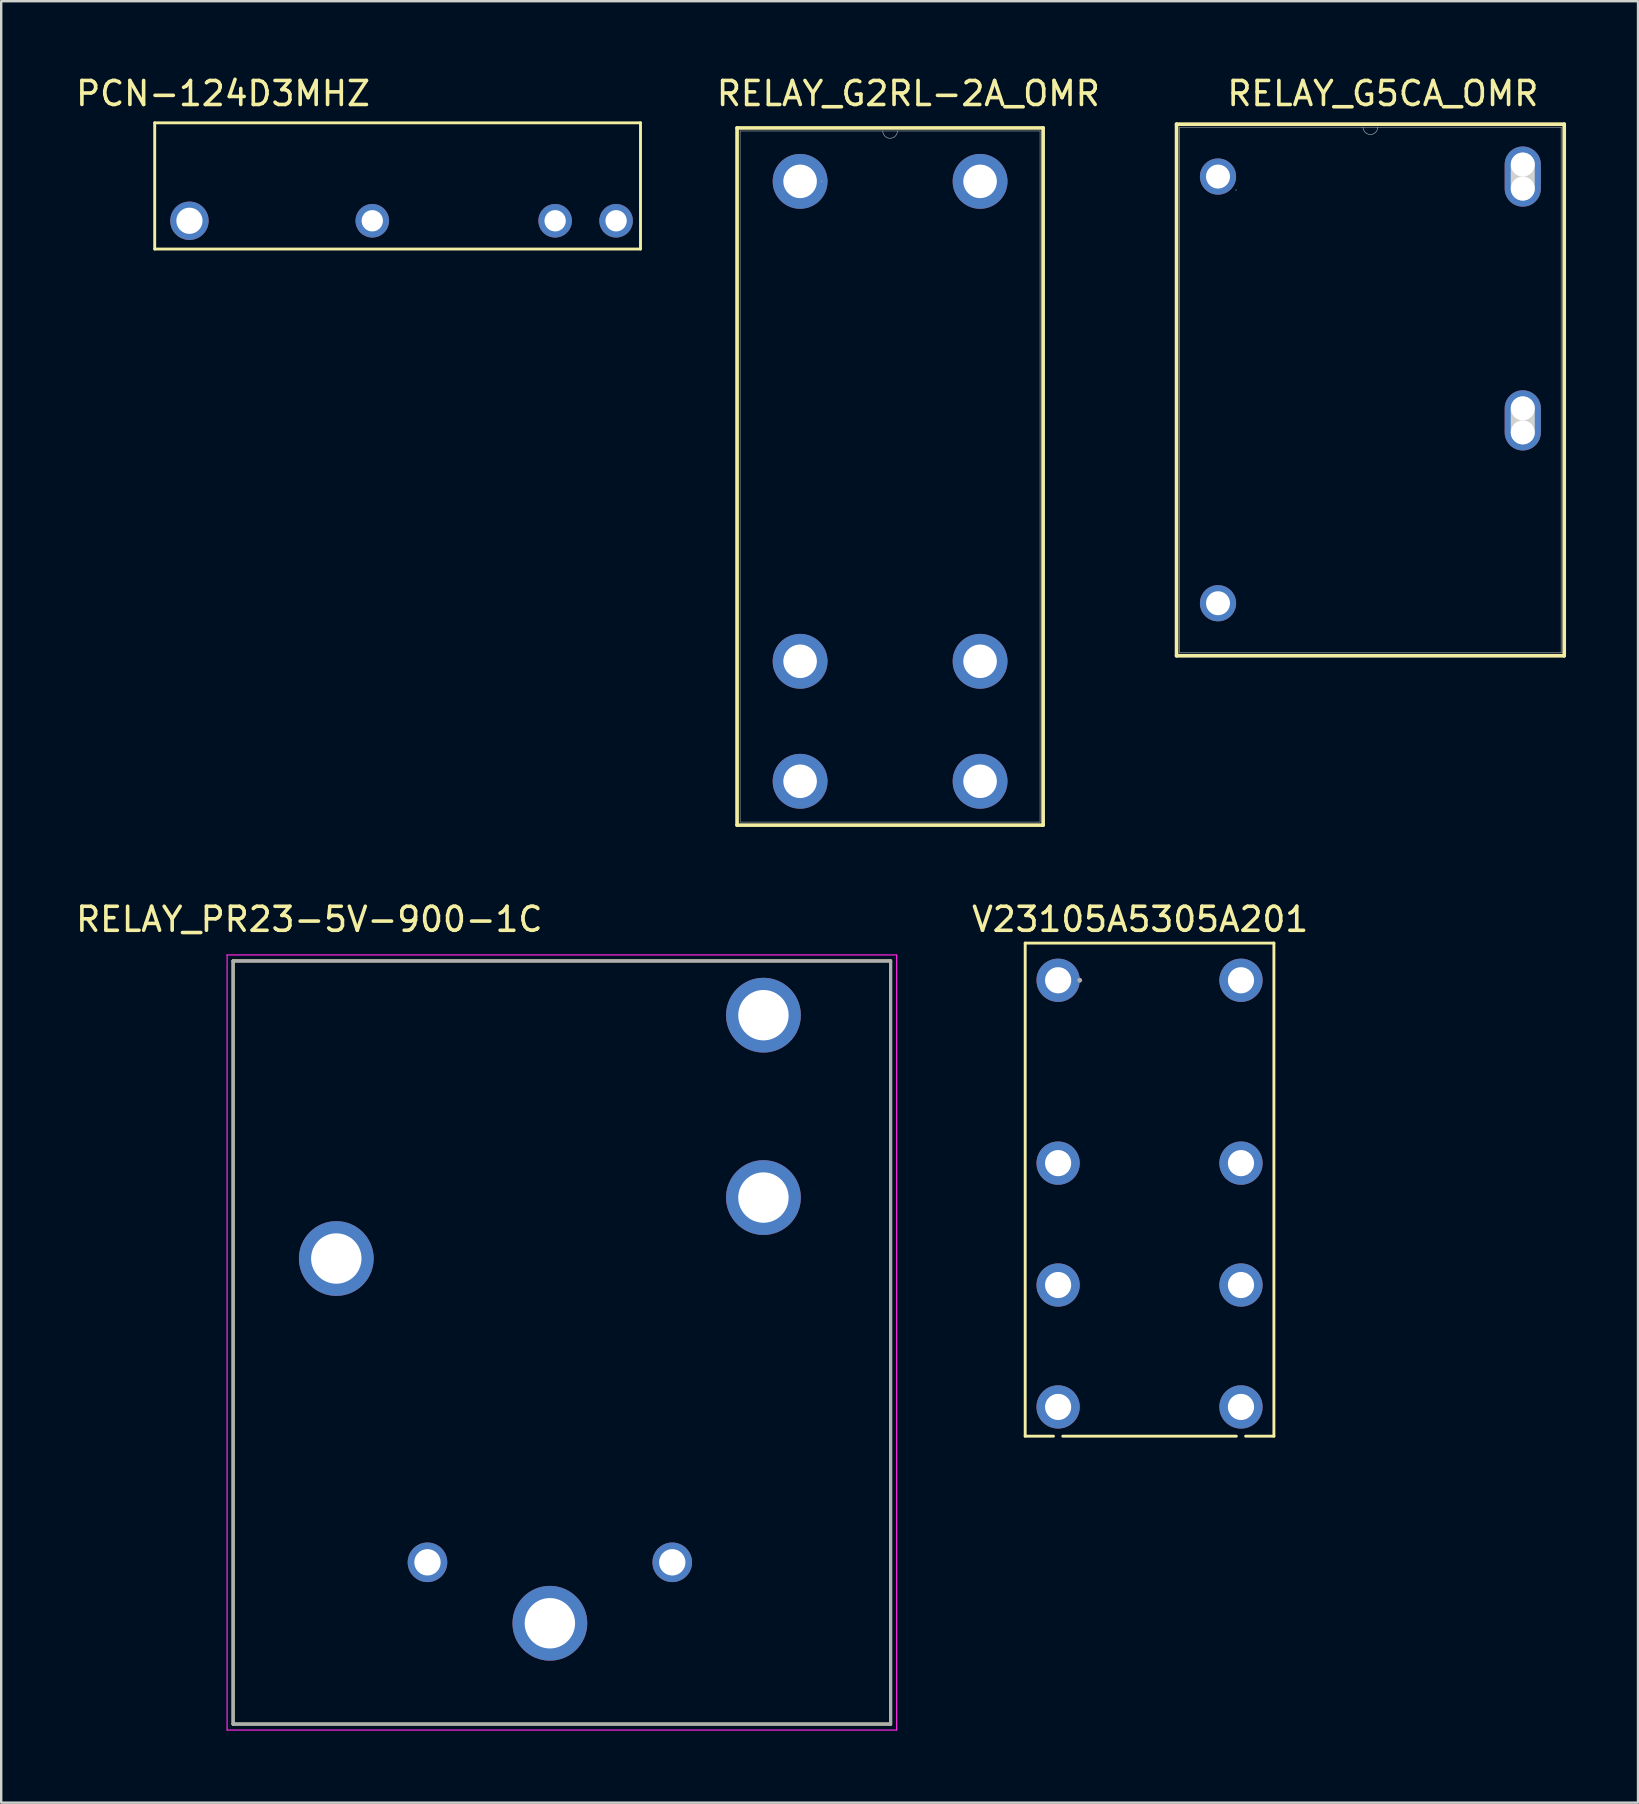
<source format=kicad_pcb>
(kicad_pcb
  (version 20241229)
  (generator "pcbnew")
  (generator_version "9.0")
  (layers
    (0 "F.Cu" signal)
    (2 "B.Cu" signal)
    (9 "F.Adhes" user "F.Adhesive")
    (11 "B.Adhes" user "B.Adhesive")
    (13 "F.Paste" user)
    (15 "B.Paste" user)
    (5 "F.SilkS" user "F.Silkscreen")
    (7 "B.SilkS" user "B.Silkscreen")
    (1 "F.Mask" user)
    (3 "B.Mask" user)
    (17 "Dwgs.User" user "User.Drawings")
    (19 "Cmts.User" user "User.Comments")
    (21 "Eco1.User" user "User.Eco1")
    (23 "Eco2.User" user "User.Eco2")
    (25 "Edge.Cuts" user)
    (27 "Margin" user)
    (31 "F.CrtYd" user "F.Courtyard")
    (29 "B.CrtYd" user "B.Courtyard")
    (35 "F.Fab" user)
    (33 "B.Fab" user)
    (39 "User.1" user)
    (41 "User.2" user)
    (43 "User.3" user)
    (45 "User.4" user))
  (footprint "RELAY_PR23-5V-900-1C"
    (layer "F.Cu")
    (at 20.364 52.895)
    (property "Reference" "RELAY_PR23-5V-900-1C" (at -10.525 -17.635 0) (layer "F.SilkS") (effects (font (size 1 1) (thickness 0.15))))
    (attr through_hole)
    (fp_line (start -13.7 -15.9) (end 13.7 -15.9) (stroke (width 0.127) (type solid)) (layer "F.SilkS"))
    (fp_line (start -13.7 15.9) (end -13.7 -15.9) (stroke (width 0.127) (type solid)) (layer "F.SilkS"))
    (fp_line (start 13.7 -15.9) (end 13.7 15.9) (stroke (width 0.127) (type solid)) (layer "F.SilkS"))
    (fp_line (start 13.7 15.9) (end -13.7 15.9) (stroke (width 0.127) (type solid)) (layer "F.SilkS"))
    (fp_line (start -13.95 -16.15) (end -13.95 16.15) (stroke (width 0.05) (type solid)) (layer "F.CrtYd"))
    (fp_line (start -13.95 16.15) (end 13.95 16.15) (stroke (width 0.05) (type solid)) (layer "F.CrtYd"))
    (fp_line (start 13.95 -16.15) (end -13.95 -16.15) (stroke (width 0.05) (type solid)) (layer "F.CrtYd"))
    (fp_line (start 13.95 16.15) (end 13.95 -16.15) (stroke (width 0.05) (type solid)) (layer "F.CrtYd"))
    (fp_line (start -13.7 -15.9) (end 13.7 -15.9) (stroke (width 0.127) (type solid)) (layer "F.Fab"))
    (fp_line (start -13.7 15.9) (end -13.7 -15.9) (stroke (width 0.127) (type solid)) (layer "F.Fab"))
    (fp_line (start 13.7 -15.9) (end 13.7 15.9) (stroke (width 0.127) (type solid)) (layer "F.Fab"))
    (fp_line (start 13.7 15.9) (end -13.7 15.9) (stroke (width 0.127) (type solid)) (layer "F.Fab"))
    (pad "A1" thru_hole circle (at 4.6 9.16) (size 1.65 1.65) (drill 1.1) (layers "*.Cu" "*.Mask"))
    (pad "A2" thru_hole circle (at -5.6 9.16) (size 1.65 1.65) (drill 1.1) (layers "*.Cu" "*.Mask"))
    (pad "COM_1" thru_hole circle (at -9.4 -3.5) (size 3.116 3.116) (drill 2.1) (layers "*.Cu" "*.Mask"))
    (pad "COM_2" thru_hole circle (at -0.5 11.7) (size 3.116 3.116) (drill 2.1) (layers "*.Cu" "*.Mask"))
    (pad "NC" thru_hole circle (at 8.4 -13.64) (size 3.116 3.116) (drill 2.1) (layers "*.Cu" "*.Mask"))
    (pad "NO" thru_hole circle (at 8.4 -6.04) (size 3.116 3.116) (drill 2.1) (layers "*.Cu" "*.Mask")))
  (footprint "RELAY_G2RL-2A_OMR"
    (layer "F.Cu")
    (at 37.792 29.108)
    (property "Reference" "RELAY_G2RL-2A_OMR" (at -2.99 -28.26 0) (unlocked yes) (layer "F.SilkS") (effects (font (size 1 1) (thickness 0.15))))
    (attr through_hole)
    (fp_line (start -10.127 -26.827) (end -10.127 2.227) (stroke (width 0.152) (type solid)) (layer "F.SilkS"))
    (fp_line (start -10.127 2.227) (end 2.627 2.227) (stroke (width 0.152) (type solid)) (layer "F.SilkS"))
    (fp_line (start 2.627 -26.827) (end -10.127 -26.827) (stroke (width 0.152) (type solid)) (layer "F.SilkS"))
    (fp_line (start 2.627 2.227) (end 2.627 -26.827) (stroke (width 0.152) (type solid)) (layer "F.SilkS"))
    (fp_line (start -10 -26.7) (end -10 2.1) (stroke (width 0.025) (type solid)) (layer "F.Fab"))
    (fp_line (start -10 2.1) (end 2.5 2.1) (stroke (width 0.025) (type solid)) (layer "F.Fab"))
    (fp_line (start 2.5 -26.7) (end -10 -26.7) (stroke (width 0.025) (type solid)) (layer "F.Fab"))
    (fp_line (start 2.5 2.1) (end 2.5 -26.7) (stroke (width 0.025) (type solid)) (layer "F.Fab"))
    (fp_arc (start -3.4452 -26.699994) (mid -3.75 -26.395194) (end -4.0548 -26.699994) (stroke (width 0.0254) (type solid)) (layer "F.Fab"))
    (fp_circle (center -6.598 -24.6) (end -6.598 -24.6) (stroke (width 0.025) (type solid)) (fill no) (layer "F.Fab"))
    (pad "1" thru_hole circle (at -7.5 -24.6) (size 2.286 2.286) (drill 1.397) (layers "*.Cu" "*.Mask"))
    (pad "3" thru_hole circle (at -7.5 -4.6) (size 2.286 2.286) (drill 1.397) (layers "*.Cu" "*.Mask"))
    (pad "4" thru_hole circle (at -7.5 0.4) (size 2.286 2.286) (drill 1.397) (layers "*.Cu" "*.Mask"))
    (pad "5" thru_hole circle (at 0 0.4) (size 2.286 2.286) (drill 1.397) (layers "*.Cu" "*.Mask"))
    (pad "6" thru_hole circle (at 0 -4.6) (size 2.286 2.286) (drill 1.397) (layers "*.Cu" "*.Mask"))
    (pad "8" thru_hole circle (at 0 -24.6) (size 2.286 2.286) (drill 1.397) (layers "*.Cu" "*.Mask")))
  (footprint "PCN-124D3MHZ"
    (layer "F.Cu")
    (at 4.844 6.148)
    (property "Reference" "PCN-124D3MHZ" (at 1.4 -5.3 0) (layer "F.SilkS") (effects (font (size 1 1) (thickness 0.15))))
    (attr through_hole)
    (fp_line (start -1.447 -4.079) (end -1.447 1.179) (stroke (width 0.12) (type solid)) (layer "F.SilkS"))
    (fp_line (start -1.447 1.179) (end 18.797 1.179) (stroke (width 0.12) (type solid)) (layer "F.SilkS"))
    (fp_line (start 18.797 -4.079) (end -1.447 -4.079) (stroke (width 0.12) (type solid)) (layer "F.SilkS"))
    (fp_line (start 18.797 1.179) (end 18.797 -4.079) (stroke (width 0.12) (type solid)) (layer "F.SilkS"))
    (pad "1" thru_hole circle (at 0 0.002) (size 1.6 1.6) (drill 1.092) (layers "*.Cu" "*.Mask"))
    (pad "2" thru_hole circle (at 7.62 0.002) (size 1.397 1.397) (drill 0.889) (layers "*.Cu" "*.Mask"))
    (pad "3" thru_hole circle (at 15.24 0.002) (size 1.397 1.397) (drill 0.889) (layers "*.Cu" "*.Mask"))
    (pad "4" thru_hole circle (at 17.78 0.002) (size 1.397 1.397) (drill 0.889) (layers "*.Cu" "*.Mask")))
  (footprint "RELAY_G5CA_OMR"
    (layer "F.Cu")
    (at 47.707 4.308)
    (property "Reference" "RELAY_G5CA_OMR" (at 6.87 -3.46 0) (unlocked yes) (layer "F.SilkS") (effects (font (size 1 1) (thickness 0.15))))
    (attr through_hole)
    (fp_line (start -1.727 -2.184) (end -1.727 19.97) (stroke (width 0.152) (type solid)) (layer "F.SilkS"))
    (fp_line (start -1.727 19.97) (end 14.427 19.97) (stroke (width 0.152) (type solid)) (layer "F.SilkS"))
    (fp_line (start 14.427 -2.184) (end -1.727 -2.184) (stroke (width 0.152) (type solid)) (layer "F.SilkS"))
    (fp_line (start 14.427 19.97) (end 14.427 -2.184) (stroke (width 0.152) (type solid)) (layer "F.SilkS"))
    (fp_line (start 12.7 0.5) (end 12.7 -0.5) (stroke (width 1) (type solid)) (layer "Edge.Cuts"))
    (fp_line (start 12.7 10.66) (end 12.7 9.66) (stroke (width 1) (type solid)) (layer "Edge.Cuts"))
    (fp_line (start -1.6 -2.057) (end -1.6 19.843) (stroke (width 0.025) (type solid)) (layer "F.Fab"))
    (fp_line (start -1.6 19.843) (end 14.3 19.843) (stroke (width 0.025) (type solid)) (layer "F.Fab"))
    (fp_line (start 14.3 -2.057) (end -1.6 -2.057) (stroke (width 0.025) (type solid)) (layer "F.Fab"))
    (fp_line (start 14.3 19.843) (end 14.3 -2.057) (stroke (width 0.025) (type solid)) (layer "F.Fab"))
    (fp_arc (start 6.6548 -2.0574) (mid 6.35 -1.7526) (end 6.0452 -2.0574) (stroke (width 0.0254) (type solid)) (layer "F.Fab"))
    (fp_circle (center 0.749 0.559) (end 0.749 0.559) (stroke (width 0.025) (type solid)) (fill no) (layer "F.Fab"))
    (pad "" np_thru_hole circle (at 12.7 -0.5) (size 1 1) (drill 1) (layers "*.Cu" "*.Mask"))
    (pad "" np_thru_hole circle (at 12.7 0.5) (size 1 1) (drill 1) (layers "*.Cu" "*.Mask"))
    (pad "" np_thru_hole circle (at 12.7 9.66) (size 1 1) (drill 1) (layers "*.Cu" "*.Mask"))
    (pad "" np_thru_hole circle (at 12.7 10.66) (size 1 1) (drill 1) (layers "*.Cu" "*.Mask"))
    (pad "1" thru_hole circle (at 0 0) (size 1.508 1.508) (drill 1) (layers "*.Cu" "*.Mask"))
    (pad "2" thru_hole circle (at 0 17.78) (size 1.508 1.508) (drill 1) (layers "*.Cu" "*.Mask"))
    (pad "3" thru_hole oval (at 12.7 10.16 90) (size 2.508 1.508) (drill 0.025) (layers "*.Cu" "*.Mask"))
    (pad "4" thru_hole oval (at 12.7 0 90) (size 2.508 1.508) (drill 0.025) (layers "*.Cu" "*.Mask")))
  (footprint "V23105A5305A201"
    (layer "F.Cu")
    (at 41.044 37.8)
    (property "Reference" "V23105A5305A201" (at 3.42 -2.54 0) (layer "F.SilkS") (effects (font (size 1 1) (thickness 0.15))))
    (attr through_hole)
    (fp_line (start -1.372 -1.549) (end -1.372 18.999) (stroke (width 0.12) (type solid)) (layer "F.SilkS"))
    (fp_line (start -1.372 18.999) (end -0.193 18.999) (stroke (width 0.12) (type solid)) (layer "F.SilkS"))
    (fp_line (start 0.193 18.999) (end 7.427 18.999) (stroke (width 0.12) (type solid)) (layer "F.SilkS"))
    (fp_line (start 7.813 18.999) (end 8.992 18.999) (stroke (width 0.12) (type solid)) (layer "F.SilkS"))
    (fp_line (start 8.992 -1.549) (end -1.372 -1.549) (stroke (width 0.12) (type solid)) (layer "F.SilkS"))
    (fp_line (start 8.992 18.999) (end 8.992 -1.549) (stroke (width 0.12) (type solid)) (layer "F.SilkS"))
    (fp_circle (center 0.902 0) (end 0.902 0) (stroke (width 0.1) (type solid)) (fill no) (layer "F.Fab"))
    (pad "1" thru_hole circle (at 0 0) (size 1.803 1.803) (drill 1.092) (layers "*.Cu" "*.Mask"))
    (pad "2" thru_hole circle (at 0 7.62) (size 1.803 1.803) (drill 1.092) (layers "*.Cu" "*.Mask"))
    (pad "3" thru_hole circle (at 0 12.7) (size 1.803 1.803) (drill 1.092) (layers "*.Cu" "*.Mask"))
    (pad "4" thru_hole circle (at 0 17.78) (size 1.803 1.803) (drill 1.092) (layers "*.Cu" "*.Mask"))
    (pad "5" thru_hole circle (at 7.62 17.78) (size 1.803 1.803) (drill 1.092) (layers "*.Cu" "*.Mask"))
    (pad "6" thru_hole circle (at 7.62 12.7) (size 1.803 1.803) (drill 1.092) (layers "*.Cu" "*.Mask"))
    (pad "7" thru_hole circle (at 7.62 7.62) (size 1.803 1.803) (drill 1.092) (layers "*.Cu" "*.Mask"))
    (pad "8" thru_hole circle (at 7.62 0) (size 1.803 1.803) (drill 1.092) (layers "*.Cu" "*.Mask")))
  (gr_rect
    (start -3 -3)
    (end 65.21 72.07)
    (stroke (width 0.1) (type default))
    (fill no)
    (layer "Edge.Cuts")))
</source>
